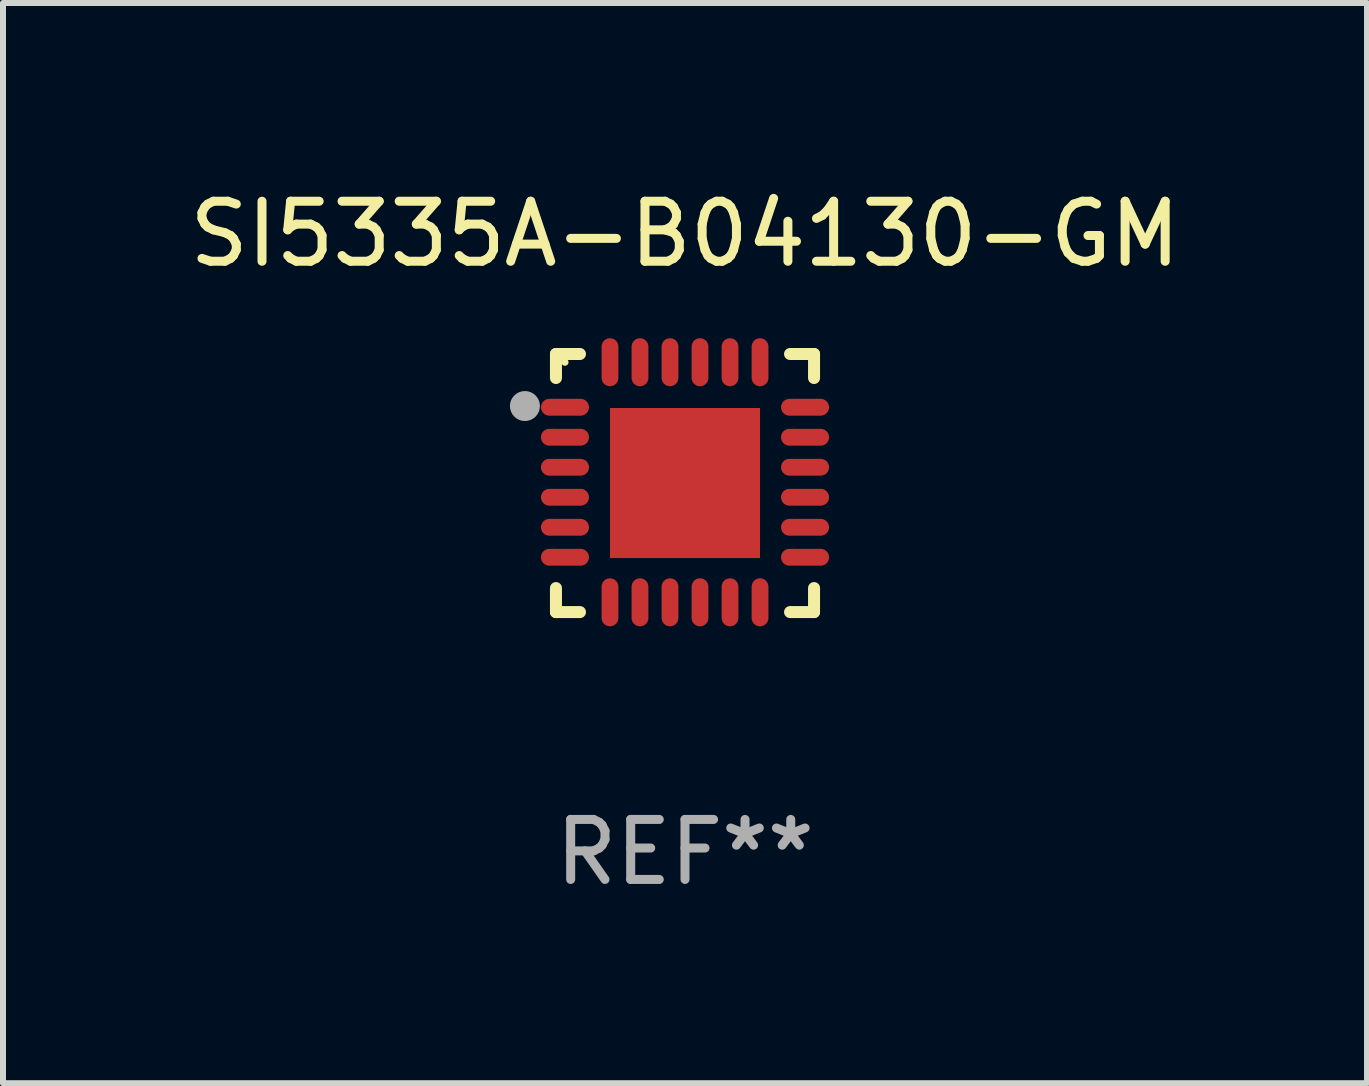
<source format=kicad_pcb>
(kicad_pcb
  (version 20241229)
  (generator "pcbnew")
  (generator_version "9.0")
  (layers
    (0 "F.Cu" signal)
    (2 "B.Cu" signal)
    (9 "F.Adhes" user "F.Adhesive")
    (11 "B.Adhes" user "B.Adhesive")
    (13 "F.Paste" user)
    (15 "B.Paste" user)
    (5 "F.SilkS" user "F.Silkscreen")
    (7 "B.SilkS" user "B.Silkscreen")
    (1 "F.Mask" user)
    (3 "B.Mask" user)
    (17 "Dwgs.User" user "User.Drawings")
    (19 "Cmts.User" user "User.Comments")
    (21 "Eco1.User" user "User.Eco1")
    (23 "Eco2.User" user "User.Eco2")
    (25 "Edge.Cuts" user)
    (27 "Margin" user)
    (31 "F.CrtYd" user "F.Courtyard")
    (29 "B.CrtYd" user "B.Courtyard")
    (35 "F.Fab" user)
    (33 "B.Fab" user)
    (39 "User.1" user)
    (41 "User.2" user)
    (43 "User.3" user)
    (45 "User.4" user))
  (footprint "SI5335A-B04130-GM"
    (layer "F.Cu")
    (at 8.363 4.998)
    (property "Reference" "SI5335A-B04130-GM" (at 0 -4.15 0) (layer "F.SilkS") (effects (font (size 1 1) (thickness 0.15))))
    (attr through_hole)
    (fp_line (start -2.15 -2.15) (end -1.75 -2.15) (stroke (width 0.2) (type solid)) (layer "F.SilkS"))
    (fp_line (start -2.15 -1.75) (end -2.15 -2.15) (stroke (width 0.2) (type solid)) (layer "F.SilkS"))
    (fp_line (start -2.15 2.15) (end -2.15 1.75) (stroke (width 0.2) (type solid)) (layer "F.SilkS"))
    (fp_line (start -1.75 2.15) (end -2.15 2.15) (stroke (width 0.2) (type solid)) (layer "F.SilkS"))
    (fp_line (start 1.75 -2.15) (end 2.15 -2.15) (stroke (width 0.2) (type solid)) (layer "F.SilkS"))
    (fp_line (start 1.75 2.15) (end 2.15 2.15) (stroke (width 0.2) (type solid)) (layer "F.SilkS"))
    (fp_line (start 2.15 -2.15) (end 2.15 -1.75) (stroke (width 0.2) (type solid)) (layer "F.SilkS"))
    (fp_line (start 2.15 2.15) (end 2.15 1.75) (stroke (width 0.2) (type solid)) (layer "F.SilkS"))
    (fp_circle (center -2 -2.013) (end -1.97 -2.013) (stroke (width 0.06) (type solid)) (fill no) (layer "F.SilkS"))
    (fp_circle (center -2.667 -1.283) (end -2.542 -1.283) (stroke (width 0.25) (type solid)) (fill no) (layer "F.Fab"))
    (fp_text user "REF**" (at 0 6.15 0) (layer "F.Fab") (effects (font (size 1 1) (thickness 0.15))))
    (pad "1" smd oval (at -2 -1.263) (size 0.8 0.28) (layers "F.Cu" "F.Mask" "F.Paste"))
    (pad "2" smd oval (at -2 -0.763) (size 0.8 0.28) (layers "F.Cu" "F.Mask" "F.Paste"))
    (pad "3" smd oval (at -2 -0.263) (size 0.8 0.28) (layers "F.Cu" "F.Mask" "F.Paste"))
    (pad "4" smd oval (at -2 0.237) (size 0.8 0.28) (layers "F.Cu" "F.Mask" "F.Paste"))
    (pad "5" smd oval (at -2 0.737) (size 0.8 0.28) (layers "F.Cu" "F.Mask" "F.Paste"))
    (pad "6" smd oval (at -2 1.237) (size 0.8 0.28) (layers "F.Cu" "F.Mask" "F.Paste"))
    (pad "7" smd oval (at -1.25 1.987) (size 0.28 0.8) (layers "F.Cu" "F.Mask" "F.Paste"))
    (pad "8" smd oval (at -0.75 1.987) (size 0.28 0.8) (layers "F.Cu" "F.Mask" "F.Paste"))
    (pad "9" smd oval (at -0.25 1.987) (size 0.28 0.8) (layers "F.Cu" "F.Mask" "F.Paste"))
    (pad "10" smd oval (at 0.25 1.987) (size 0.28 0.8) (layers "F.Cu" "F.Mask" "F.Paste"))
    (pad "11" smd oval (at 0.75 1.987) (size 0.28 0.8) (layers "F.Cu" "F.Mask" "F.Paste"))
    (pad "12" smd oval (at 1.25 1.987) (size 0.28 0.8) (layers "F.Cu" "F.Mask" "F.Paste"))
    (pad "13" smd oval (at 2 1.237) (size 0.8 0.28) (layers "F.Cu" "F.Mask" "F.Paste"))
    (pad "14" smd oval (at 2 0.737) (size 0.8 0.28) (layers "F.Cu" "F.Mask" "F.Paste"))
    (pad "15" smd oval (at 2 0.237) (size 0.8 0.28) (layers "F.Cu" "F.Mask" "F.Paste"))
    (pad "16" smd oval (at 2 -0.263) (size 0.8 0.28) (layers "F.Cu" "F.Mask" "F.Paste"))
    (pad "17" smd oval (at 2 -0.763) (size 0.8 0.28) (layers "F.Cu" "F.Mask" "F.Paste"))
    (pad "18" smd oval (at 2 -1.263) (size 0.8 0.28) (layers "F.Cu" "F.Mask" "F.Paste"))
    (pad "19" smd oval (at 1.25 -2.013) (size 0.28 0.8) (layers "F.Cu" "F.Mask" "F.Paste"))
    (pad "20" smd oval (at 0.75 -2.013) (size 0.28 0.8) (layers "F.Cu" "F.Mask" "F.Paste"))
    (pad "21" smd oval (at 0.25 -2.013) (size 0.28 0.8) (layers "F.Cu" "F.Mask" "F.Paste"))
    (pad "22" smd oval (at -0.25 -2.013) (size 0.28 0.8) (layers "F.Cu" "F.Mask" "F.Paste"))
    (pad "23" smd oval (at -0.75 -2.013) (size 0.28 0.8) (layers "F.Cu" "F.Mask" "F.Paste"))
    (pad "24" smd oval (at -1.25 -2.013) (size 0.28 0.8) (layers "F.Cu" "F.Mask" "F.Paste"))
    (pad "25" smd rect (at -0.000127 -0.00014) (size 2.5 2.5) (layers "F.Cu" "F.Mask" "F.Paste")))
  (gr_rect
    (start -3 -3)
    (end 19.726 14.997)
    (stroke (width 0.1) (type default))
    (fill no)
    (layer "Edge.Cuts")))
</source>
